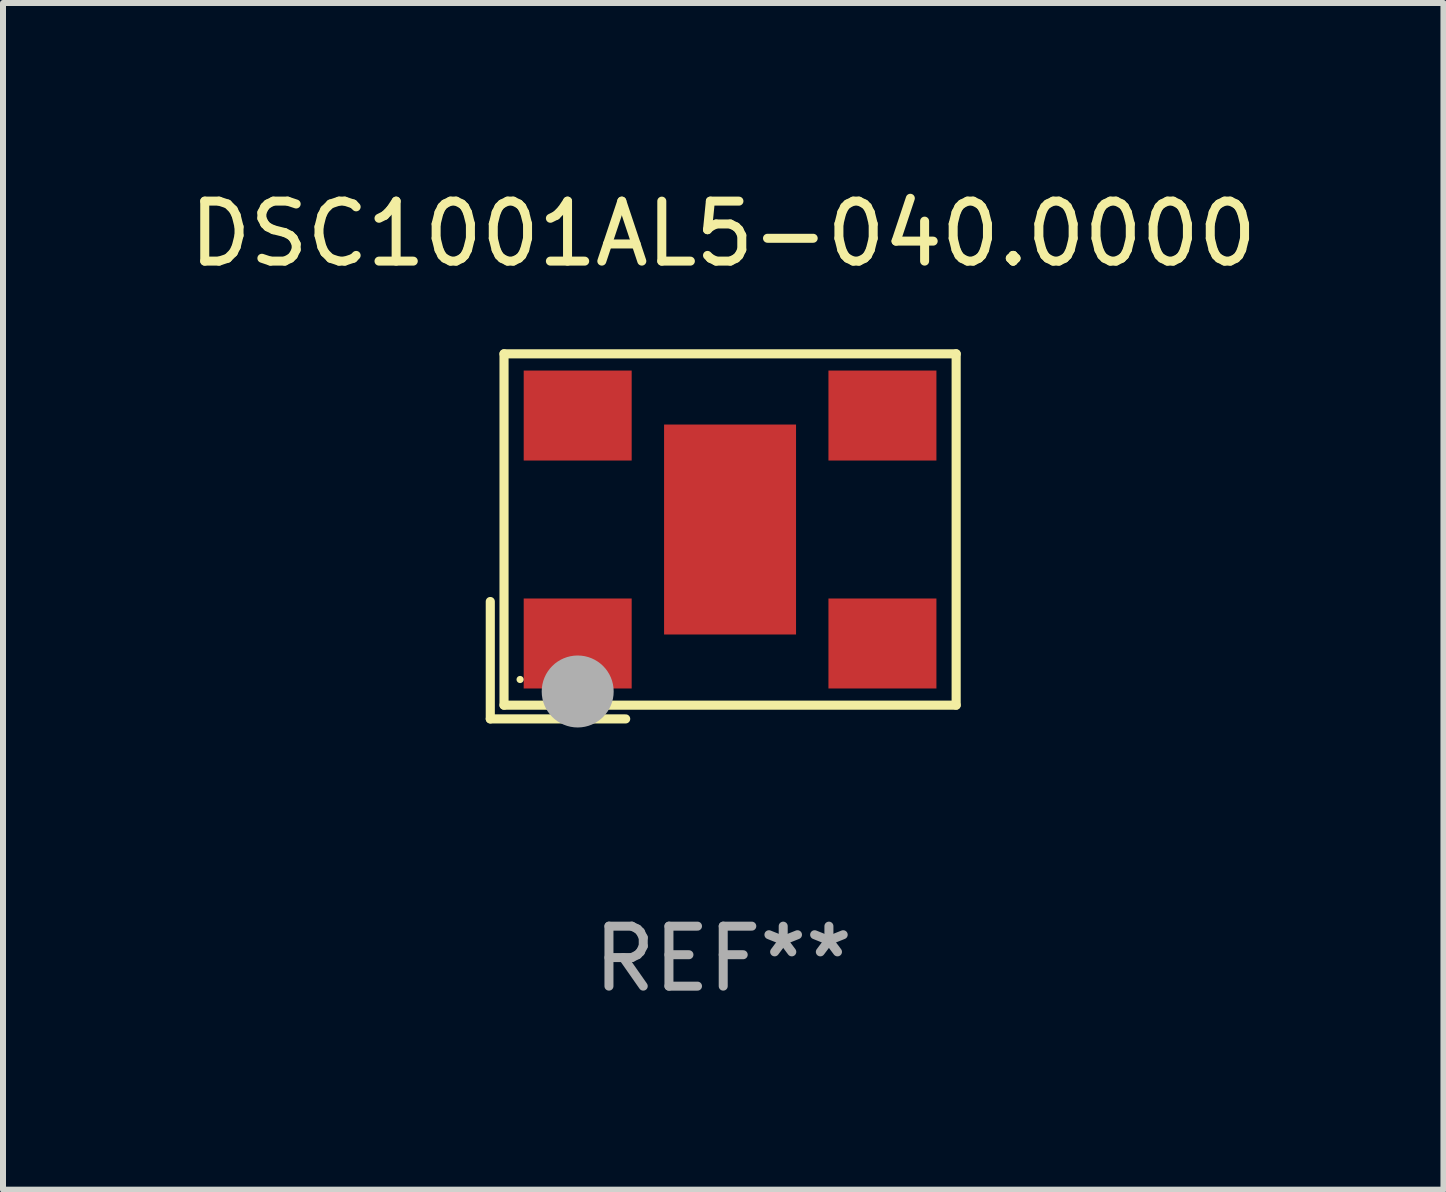
<source format=kicad_pcb>
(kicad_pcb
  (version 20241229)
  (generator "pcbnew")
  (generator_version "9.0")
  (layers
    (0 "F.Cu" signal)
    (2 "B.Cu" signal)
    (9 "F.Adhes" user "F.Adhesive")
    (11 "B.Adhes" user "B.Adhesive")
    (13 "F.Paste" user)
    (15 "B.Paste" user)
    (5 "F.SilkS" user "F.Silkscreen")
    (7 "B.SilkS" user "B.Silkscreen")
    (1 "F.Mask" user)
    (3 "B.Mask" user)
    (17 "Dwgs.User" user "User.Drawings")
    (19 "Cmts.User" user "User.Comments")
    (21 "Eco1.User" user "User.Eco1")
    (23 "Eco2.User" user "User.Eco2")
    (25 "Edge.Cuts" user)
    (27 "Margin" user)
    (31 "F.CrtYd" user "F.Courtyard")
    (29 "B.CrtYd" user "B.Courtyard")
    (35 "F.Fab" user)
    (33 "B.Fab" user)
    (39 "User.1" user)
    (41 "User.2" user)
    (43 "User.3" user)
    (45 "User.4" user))
  (footprint "DSC1001AL5-040.0000"
    (layer "F.Cu")
    (at 9.006 5.891)
    (property "Reference" "DSC1001AL5-040.0000" (at 0 -5.043 0) (layer "F.SilkS") (effects (font (size 1 1) (thickness 0.15))))
    (attr through_hole)
    (fp_line (start -3.883 1.086) (end -3.883 3.043) (stroke (width 0.152) (type solid)) (layer "F.SilkS"))
    (fp_line (start -3.883 3.043) (end -1.626 3.043) (stroke (width 0.152) (type solid)) (layer "F.SilkS"))
    (fp_line (start -3.654 -3.043) (end 3.883 -3.043) (stroke (width 0.152) (type solid)) (layer "F.SilkS"))
    (fp_line (start -3.654 2.814) (end -3.654 -3.043) (stroke (width 0.152) (type solid)) (layer "F.SilkS"))
    (fp_line (start 3.883 -3.043) (end 3.883 2.814) (stroke (width 0.152) (type solid)) (layer "F.SilkS"))
    (fp_line (start 3.883 2.814) (end -3.654 2.814) (stroke (width 0.152) (type solid)) (layer "F.SilkS"))
    (fp_circle (center -3.386 2.386) (end -3.356 2.386) (stroke (width 0.06) (type solid)) (fill no) (layer "F.SilkS"))
    (fp_circle (center -2.426 2.586) (end -2.126 2.586) (stroke (width 0.6) (type solid)) (fill no) (layer "F.Fab"))
    (fp_text user "REF**" (at 0 7.043 0) (layer "F.Fab") (effects (font (size 1 1) (thickness 0.15))))
    (pad "1" smd rect (at -2.426 1.786) (size 1.8 1.5) (layers "F.Cu" "F.Mask" "F.Paste"))
    (pad "2" smd rect (at 2.654 1.786) (size 1.8 1.5) (layers "F.Cu" "F.Mask" "F.Paste"))
    (pad "3" smd rect (at 2.654 -2.014) (size 1.8 1.5) (layers "F.Cu" "F.Mask" "F.Paste"))
    (pad "4" smd rect (at -2.426 -2.014) (size 1.8 1.5) (layers "F.Cu" "F.Mask" "F.Paste"))
    (pad "5" smd rect (at 0.114 -0.114) (size 2.2 3.5) (layers "F.Cu" "F.Mask" "F.Paste")))
  (gr_rect
    (start -3 -3)
    (end 21.012 16.782)
    (stroke (width 0.1) (type default))
    (fill no)
    (layer "Edge.Cuts")))
</source>
